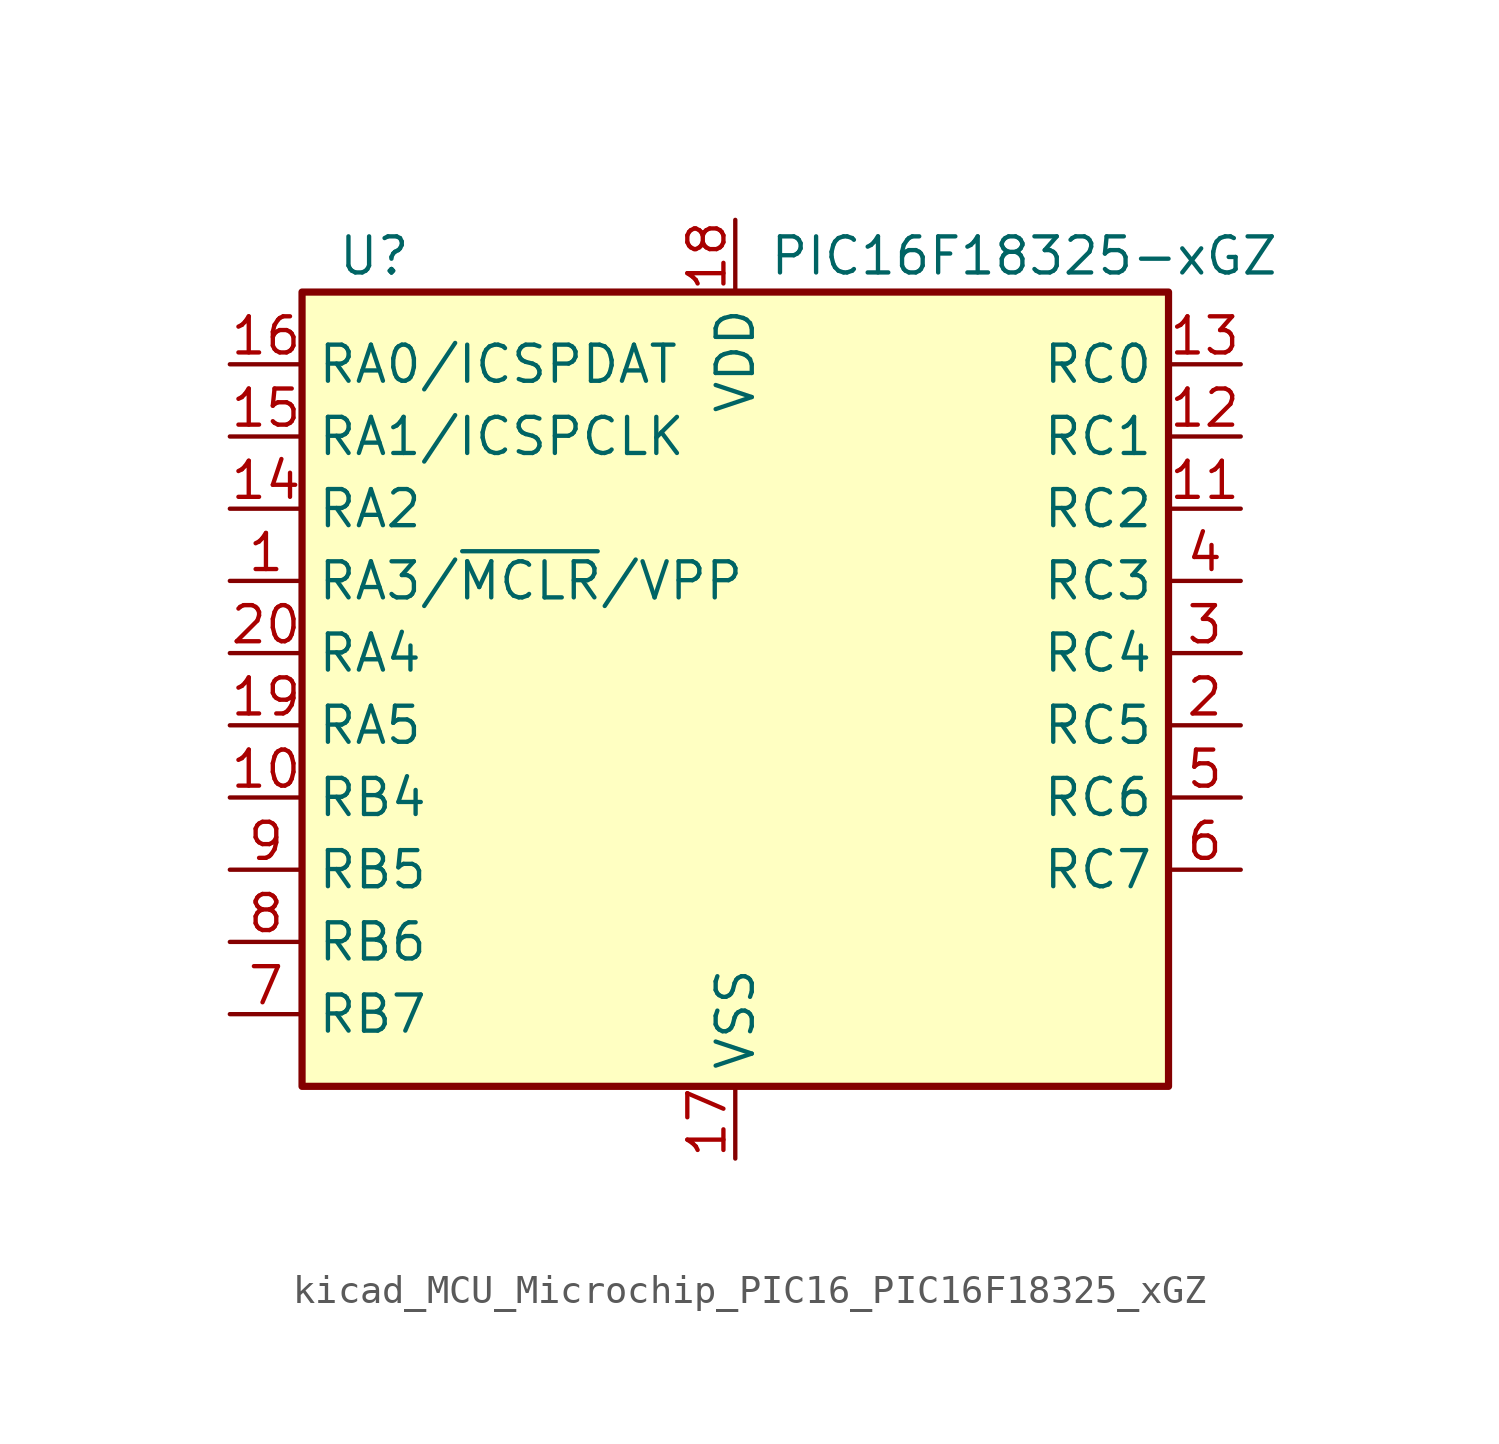
<source format=kicad_sym>
(kicad_symbol_lib
  (version 20220914)
  (generator kicad_symbol_editor)
  (symbol "kicad_MCU_Microchip_PIC16_PIC16F18325_xGZ"
    (property "Reference" "U"
      (at -12.7 13.97 0)
      (effects (font (size 1.27 1.27))))
    (property "Value" "PIC16F18325-xGZ"
      (at 10.16 13.97 0)
      (effects (font (size 1.27 1.27))))
    (symbol "kicad_MCU_Microchip_PIC16_PIC16F18325_xGZ_1_1"
      (rectangle (start -15.24 12.7) (end 15.24 -15.24) (stroke (width 0.254) (type default)) (fill (type background)))
      (pin bidirectional line (at -17.78 2.54 0) (length 2.54) (name "RA3/~{MCLR}/VPP" (effects (font (size 1.27 1.27)))) (number "1" (effects (font (size 1.27 1.27)))))
      (pin bidirectional line (at -17.78 -5.08 0) (length 2.54) (name "RB4" (effects (font (size 1.27 1.27)))) (number "10" (effects (font (size 1.27 1.27)))))
      (pin bidirectional line (at 17.78 5.08 180) (length 2.54) (name "RC2" (effects (font (size 1.27 1.27)))) (number "11" (effects (font (size 1.27 1.27)))))
      (pin bidirectional line (at 17.78 7.62 180) (length 2.54) (name "RC1" (effects (font (size 1.27 1.27)))) (number "12" (effects (font (size 1.27 1.27)))))
      (pin bidirectional line (at 17.78 10.16 180) (length 2.54) (name "RC0" (effects (font (size 1.27 1.27)))) (number "13" (effects (font (size 1.27 1.27)))))
      (pin bidirectional line (at -17.78 5.08 0) (length 2.54) (name "RA2" (effects (font (size 1.27 1.27)))) (number "14" (effects (font (size 1.27 1.27)))))
      (pin bidirectional line (at -17.78 7.62 0) (length 2.54) (name "RA1/ICSPCLK" (effects (font (size 1.27 1.27)))) (number "15" (effects (font (size 1.27 1.27)))))
      (pin bidirectional line (at -17.78 10.16 0) (length 2.54) (name "RA0/ICSPDAT" (effects (font (size 1.27 1.27)))) (number "16" (effects (font (size 1.27 1.27)))))
      (pin power_in line (at 0 -17.78 90) (length 2.54) (name "VSS" (effects (font (size 1.27 1.27)))) (number "17" (effects (font (size 1.27 1.27)))))
      (pin power_in line (at 0 15.24 270) (length 2.54) (name "VDD" (effects (font (size 1.27 1.27)))) (number "18" (effects (font (size 1.27 1.27)))))
      (pin bidirectional line (at -17.78 -2.54 0) (length 2.54) (name "RA5" (effects (font (size 1.27 1.27)))) (number "19" (effects (font (size 1.27 1.27)))))
      (pin bidirectional line (at 17.78 -2.54 180) (length 2.54) (name "RC5" (effects (font (size 1.27 1.27)))) (number "2" (effects (font (size 1.27 1.27)))))
      (pin bidirectional line (at -17.78 0 0) (length 2.54) (name "RA4" (effects (font (size 1.27 1.27)))) (number "20" (effects (font (size 1.27 1.27)))))
      (pin passive line (at 0 -17.78 90) (length 2.54) hide (name "VSS" (effects (font (size 1.27 1.27)))) (number "21" (effects (font (size 1.27 1.27)))))
      (pin bidirectional line (at 17.78 0 180) (length 2.54) (name "RC4" (effects (font (size 1.27 1.27)))) (number "3" (effects (font (size 1.27 1.27)))))
      (pin bidirectional line (at 17.78 2.54 180) (length 2.54) (name "RC3" (effects (font (size 1.27 1.27)))) (number "4" (effects (font (size 1.27 1.27)))))
      (pin bidirectional line (at 17.78 -5.08 180) (length 2.54) (name "RC6" (effects (font (size 1.27 1.27)))) (number "5" (effects (font (size 1.27 1.27)))))
      (pin bidirectional line (at 17.78 -7.62 180) (length 2.54) (name "RC7" (effects (font (size 1.27 1.27)))) (number "6" (effects (font (size 1.27 1.27)))))
      (pin bidirectional line (at -17.78 -12.7 0) (length 2.54) (name "RB7" (effects (font (size 1.27 1.27)))) (number "7" (effects (font (size 1.27 1.27)))))
      (pin bidirectional line (at -17.78 -10.16 0) (length 2.54) (name "RB6" (effects (font (size 1.27 1.27)))) (number "8" (effects (font (size 1.27 1.27)))))
      (pin bidirectional line (at -17.78 -7.62 0) (length 2.54) (name "RB5" (effects (font (size 1.27 1.27)))) (number "9" (effects (font (size 1.27 1.27))))))))
</source>
